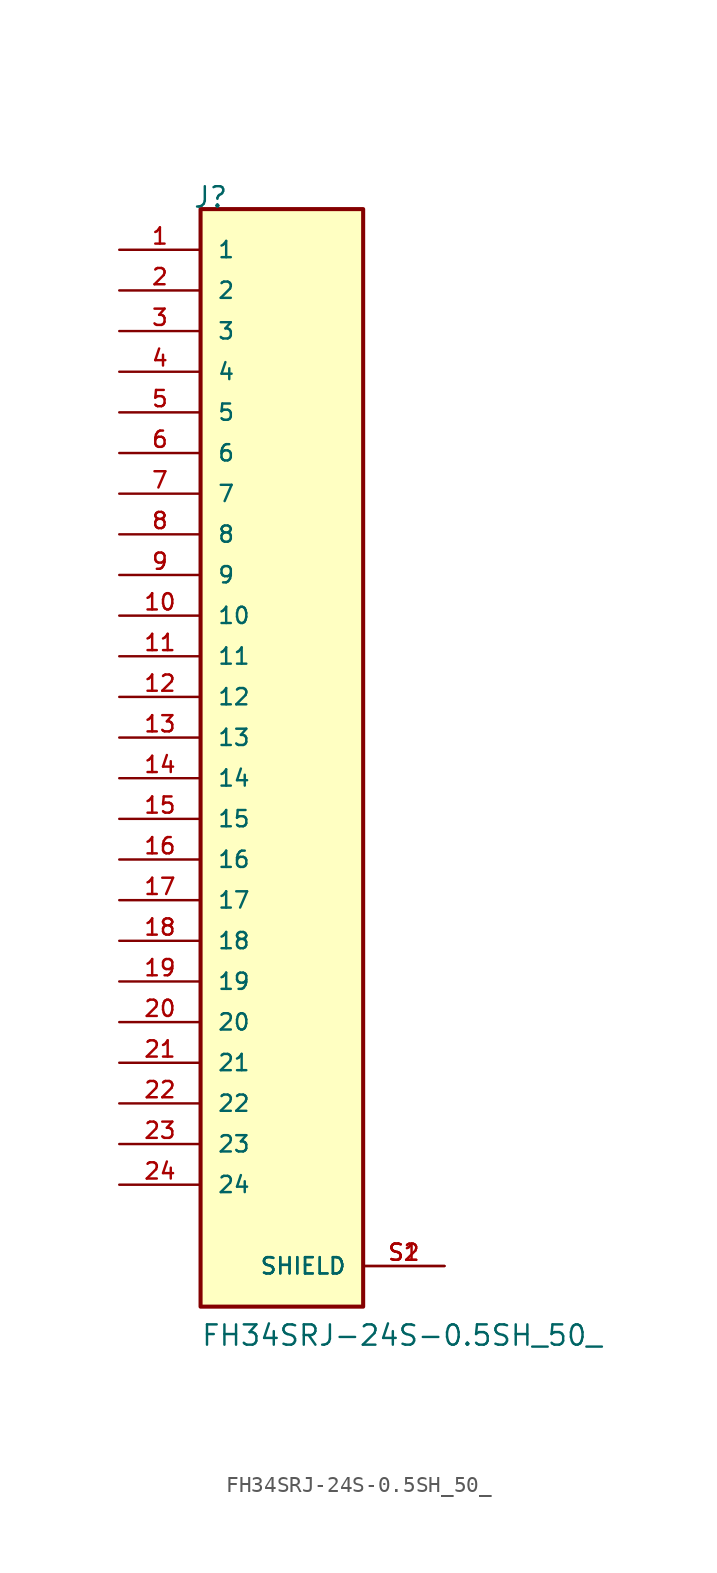
<source format=kicad_sym>
(kicad_symbol_lib
  (version 20241209)
  (generator "kicad_symbol_editor")
  (generator_version "9.0")
  (symbol "FH34SRJ-24S-0.5SH_50_"
    (pin_names
      (offset 1.016))
    (property "Reference" "J"
      (at -5.58 33.02 0)
      (effects (font (size 1.27 1.27)) (justify left bottom)))
    (property "Value" "FH34SRJ-24S-0.5SH_50_"
      (at -5.08 -38.1 0)
      (effects (font (size 1.27 1.27)) (justify left bottom)))
    (symbol "FH34SRJ-24S-0.5SH_50__0_0"
      (rectangle (start -5.08 -35.56) (end 5.08 33.02) (stroke (width 0.254) (type default)) (fill (type background)))
      (pin passive line (at -10.16 30.48 0) (length 5.08) (name "1" (effects (font (size 1.016 1.016)))) (number "1" (effects (font (size 1.016 1.016)))))
      (pin passive line (at -10.16 27.94 0) (length 5.08) (name "2" (effects (font (size 1.016 1.016)))) (number "2" (effects (font (size 1.016 1.016)))))
      (pin passive line (at -10.16 25.4 0) (length 5.08) (name "3" (effects (font (size 1.016 1.016)))) (number "3" (effects (font (size 1.016 1.016)))))
      (pin passive line (at -10.16 22.86 0) (length 5.08) (name "4" (effects (font (size 1.016 1.016)))) (number "4" (effects (font (size 1.016 1.016)))))
      (pin passive line (at -10.16 20.32 0) (length 5.08) (name "5" (effects (font (size 1.016 1.016)))) (number "5" (effects (font (size 1.016 1.016)))))
      (pin passive line (at -10.16 17.78 0) (length 5.08) (name "6" (effects (font (size 1.016 1.016)))) (number "6" (effects (font (size 1.016 1.016)))))
      (pin passive line (at -10.16 15.24 0) (length 5.08) (name "7" (effects (font (size 1.016 1.016)))) (number "7" (effects (font (size 1.016 1.016)))))
      (pin passive line (at -10.16 12.7 0) (length 5.08) (name "8" (effects (font (size 1.016 1.016)))) (number "8" (effects (font (size 1.016 1.016)))))
      (pin passive line (at -10.16 10.16 0) (length 5.08) (name "9" (effects (font (size 1.016 1.016)))) (number "9" (effects (font (size 1.016 1.016)))))
      (pin passive line (at -10.16 7.62 0) (length 5.08) (name "10" (effects (font (size 1.016 1.016)))) (number "10" (effects (font (size 1.016 1.016)))))
      (pin passive line (at -10.16 5.08 0) (length 5.08) (name "11" (effects (font (size 1.016 1.016)))) (number "11" (effects (font (size 1.016 1.016)))))
      (pin passive line (at -10.16 2.54 0) (length 5.08) (name "12" (effects (font (size 1.016 1.016)))) (number "12" (effects (font (size 1.016 1.016)))))
      (pin passive line (at -10.16 0 0) (length 5.08) (name "13" (effects (font (size 1.016 1.016)))) (number "13" (effects (font (size 1.016 1.016)))))
      (pin passive line (at -10.16 -2.54 0) (length 5.08) (name "14" (effects (font (size 1.016 1.016)))) (number "14" (effects (font (size 1.016 1.016)))))
      (pin passive line (at -10.16 -5.08 0) (length 5.08) (name "15" (effects (font (size 1.016 1.016)))) (number "15" (effects (font (size 1.016 1.016)))))
      (pin passive line (at -10.16 -7.62 0) (length 5.08) (name "16" (effects (font (size 1.016 1.016)))) (number "16" (effects (font (size 1.016 1.016)))))
      (pin passive line (at -10.16 -10.16 0) (length 5.08) (name "17" (effects (font (size 1.016 1.016)))) (number "17" (effects (font (size 1.016 1.016)))))
      (pin passive line (at -10.16 -12.7 0) (length 5.08) (name "18" (effects (font (size 1.016 1.016)))) (number "18" (effects (font (size 1.016 1.016)))))
      (pin passive line (at -10.16 -15.24 0) (length 5.08) (name "19" (effects (font (size 1.016 1.016)))) (number "19" (effects (font (size 1.016 1.016)))))
      (pin passive line (at -10.16 -17.78 0) (length 5.08) (name "20" (effects (font (size 1.016 1.016)))) (number "20" (effects (font (size 1.016 1.016)))))
      (pin passive line (at -10.16 -20.32 0) (length 5.08) (name "21" (effects (font (size 1.016 1.016)))) (number "21" (effects (font (size 1.016 1.016)))))
      (pin passive line (at -10.16 -22.86 0) (length 5.08) (name "22" (effects (font (size 1.016 1.016)))) (number "22" (effects (font (size 1.016 1.016)))))
      (pin passive line (at -10.16 -25.4 0) (length 5.08) (name "23" (effects (font (size 1.016 1.016)))) (number "23" (effects (font (size 1.016 1.016)))))
      (pin passive line (at -10.16 -27.94 0) (length 5.08) (name "24" (effects (font (size 1.016 1.016)))) (number "24" (effects (font (size 1.016 1.016)))))
      (pin passive line (at 10.16 -33.02 180) (length 5.08) (name "SHIELD" (effects (font (size 1.016 1.016)))) (number "S1" (effects (font (size 1.016 1.016)))))
      (pin passive line (at 10.16 -33.02 180) (length 5.08) (name "SHIELD" (effects (font (size 1.016 1.016)))) (number "S2" (effects (font (size 1.016 1.016))))))))
</source>
